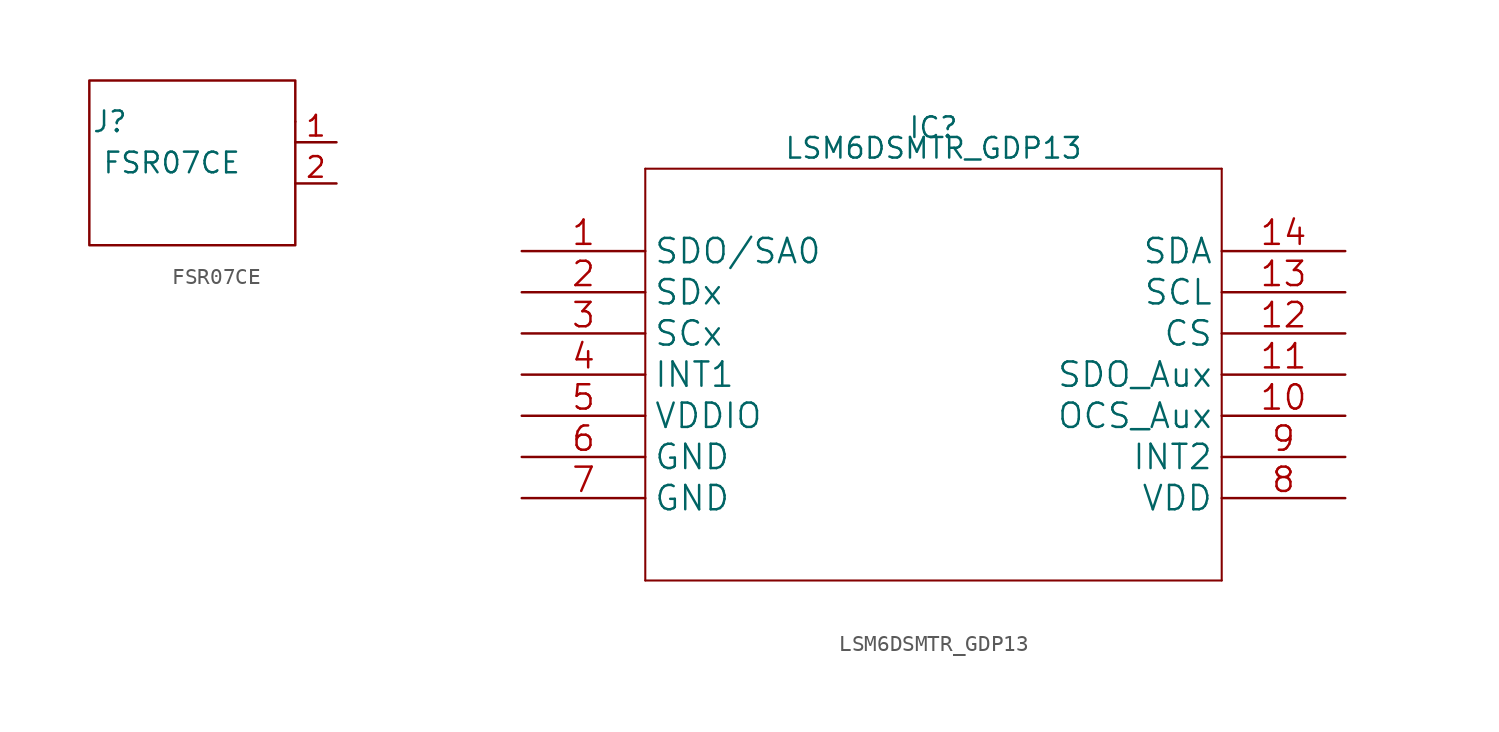
<source format=kicad_sym>
(kicad_symbol_lib
  (version 20211014)
  (generator kicad_symbol_editor)
  (symbol "FSR07CE"
    (property "Reference" "J"
      (at -5.08 2.54 0)
      (effects (font (size 1.27 1.27))))
    (property "Value" "FSR07CE"
      (at -1.27 0 0)
      (effects (font (size 1.27 1.27))))
    (symbol "FSR07CE_0_1"
      (rectangle (start -6.35 5.08) (end 6.35 -5.08) (stroke (width 0) (type default) (color 0 0 0 0)) (fill (type none)))
      (polyline (pts (xy 6.35 2.54) (xy 6.35 2.54)) (stroke (width 0) (type default) (color 0 0 0 0)) (fill (type none))))
    (symbol "FSR07CE_1_1"
      (pin passive line (at 8.89 1.27 180) (length 2.54) (name "" (effects (font (size 1.27 1.27)))) (number "1" (effects (font (size 1.27 1.27)))))
      (pin passive line (at 8.89 -1.27 180) (length 2.54) (name "" (effects (font (size 1.27 1.27)))) (number "2" (effects (font (size 1.27 1.27)))))))
  (symbol "LSM6DSMTR_GDP13"
    (property "Reference" "IC"
      (at 0 13.97 0)
      (effects (font (size 1.27 1.27))))
    (property "Value" "LSM6DSMTR_GDP13"
      (at 0 12.7 0)
      (effects (font (size 1.27 1.27))))
    (symbol "LSM6DSMTR_GDP13_1_1"
      (polyline (pts (xy -17.78 -13.97) (xy 17.78 -13.97)) (stroke (width 0.127) (type default) (color 0 0 0 0)) (fill (type none)))
      (polyline (pts (xy -17.78 11.43) (xy -17.78 -13.97)) (stroke (width 0.127) (type default) (color 0 0 0 0)) (fill (type none)))
      (polyline (pts (xy 17.78 -13.97) (xy 17.78 11.43)) (stroke (width 0.127) (type default) (color 0 0 0 0)) (fill (type none)))
      (polyline (pts (xy 17.78 11.43) (xy -17.78 11.43)) (stroke (width 0.127) (type default) (color 0 0 0 0)) (fill (type none)))
      (pin bidirectional line (at -25.4 6.35 0) (length 7.62) (name "SDO/SA0" (effects (font (size 1.499 1.499)))) (number "1" (effects (font (size 1.499 1.499)))))
      (pin unspecified line (at 25.4 -3.81 180) (length 7.62) (name "OCS_Aux" (effects (font (size 1.499 1.499)))) (number "10" (effects (font (size 1.499 1.499)))))
      (pin unspecified line (at 25.4 -1.27 180) (length 7.62) (name "SDO_Aux" (effects (font (size 1.499 1.499)))) (number "11" (effects (font (size 1.499 1.499)))))
      (pin input line (at 25.4 1.27 180) (length 7.62) (name "CS" (effects (font (size 1.499 1.499)))) (number "12" (effects (font (size 1.499 1.499)))))
      (pin input line (at 25.4 3.81 180) (length 7.62) (name "SCL" (effects (font (size 1.499 1.499)))) (number "13" (effects (font (size 1.499 1.499)))))
      (pin bidirectional line (at 25.4 6.35 180) (length 7.62) (name "SDA" (effects (font (size 1.499 1.499)))) (number "14" (effects (font (size 1.499 1.499)))))
      (pin unspecified line (at -25.4 3.81 0) (length 7.62) (name "SDx" (effects (font (size 1.499 1.499)))) (number "2" (effects (font (size 1.499 1.499)))))
      (pin unspecified line (at -25.4 1.27 0) (length 7.62) (name "SCx" (effects (font (size 1.499 1.499)))) (number "3" (effects (font (size 1.499 1.499)))))
      (pin output line (at -25.4 -1.27 0) (length 7.62) (name "INT1" (effects (font (size 1.499 1.499)))) (number "4" (effects (font (size 1.499 1.499)))))
      (pin power_in line (at -25.4 -3.81 0) (length 7.62) (name "VDDIO" (effects (font (size 1.499 1.499)))) (number "5" (effects (font (size 1.499 1.499)))))
      (pin power_in line (at -25.4 -6.35 0) (length 7.62) (name "GND" (effects (font (size 1.499 1.499)))) (number "6" (effects (font (size 1.499 1.499)))))
      (pin power_in line (at -25.4 -8.89 0) (length 7.62) (name "GND" (effects (font (size 1.499 1.499)))) (number "7" (effects (font (size 1.499 1.499)))))
      (pin power_in line (at 25.4 -8.89 180) (length 7.62) (name "VDD" (effects (font (size 1.499 1.499)))) (number "8" (effects (font (size 1.499 1.499)))))
      (pin output line (at 25.4 -6.35 180) (length 7.62) (name "INT2" (effects (font (size 1.499 1.499)))) (number "9" (effects (font (size 1.499 1.499))))))))
</source>
